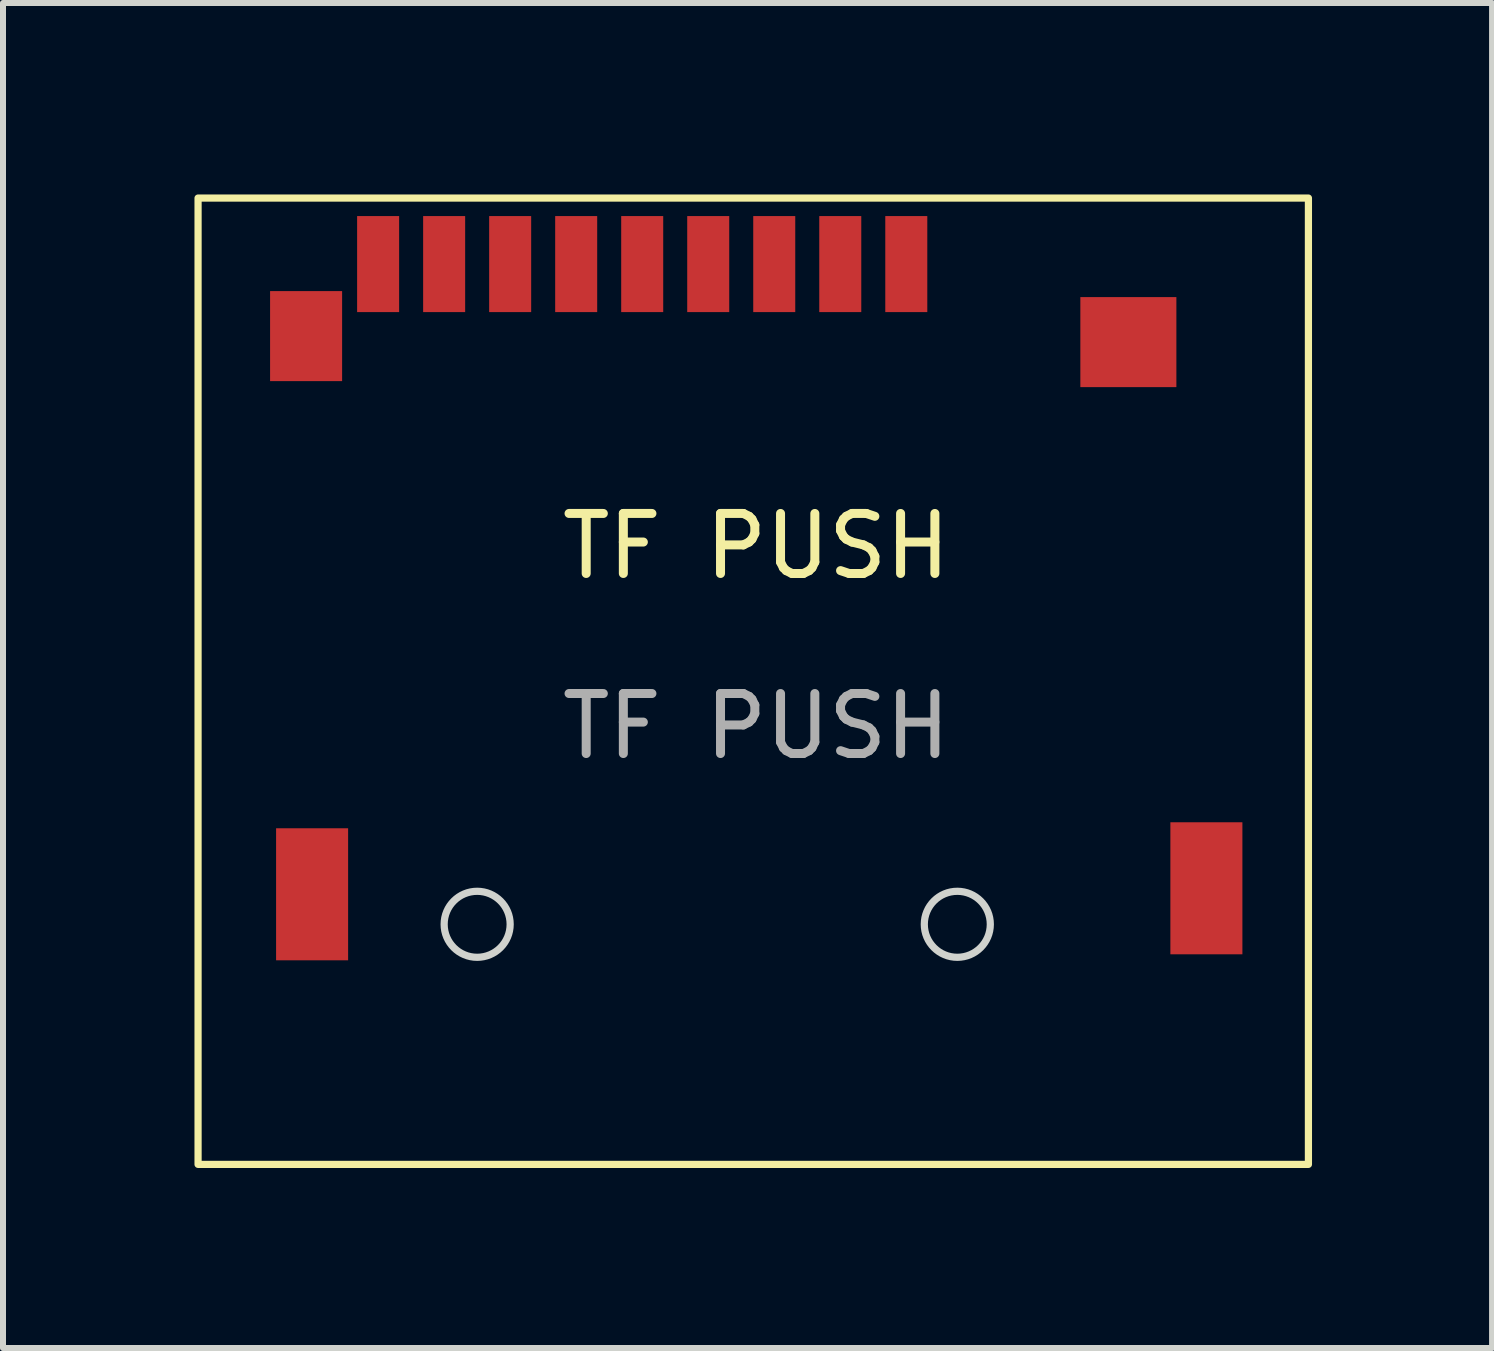
<source format=kicad_pcb>
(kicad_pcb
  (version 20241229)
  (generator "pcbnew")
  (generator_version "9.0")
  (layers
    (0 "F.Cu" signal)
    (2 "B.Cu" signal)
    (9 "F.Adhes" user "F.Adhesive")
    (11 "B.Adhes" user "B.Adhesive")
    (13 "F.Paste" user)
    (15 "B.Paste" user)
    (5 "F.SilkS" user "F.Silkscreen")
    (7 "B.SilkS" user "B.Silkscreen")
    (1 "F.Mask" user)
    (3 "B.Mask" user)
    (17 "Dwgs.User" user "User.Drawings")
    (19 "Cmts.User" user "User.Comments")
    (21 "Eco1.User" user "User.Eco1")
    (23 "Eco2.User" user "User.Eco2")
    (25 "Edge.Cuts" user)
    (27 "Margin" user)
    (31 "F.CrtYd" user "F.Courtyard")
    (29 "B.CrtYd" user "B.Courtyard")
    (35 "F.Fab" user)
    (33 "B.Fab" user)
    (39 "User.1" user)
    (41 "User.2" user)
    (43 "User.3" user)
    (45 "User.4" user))
  (footprint "TF PUSH"
    (layer "F.Cu")
    (at 0.25 0.25)
    (property "Reference" "TF PUSH" (at 9.3 5.8 0) (unlocked yes) (layer "F.SilkS") (effects (font (size 1 1) (thickness 0.15))))
    (attr smd)
    (fp_rect (start 0 0) (end 18.5 16.1) (stroke (width 0.12) (type default)) (fill no) (layer "F.SilkS"))
    (fp_circle (center 4.65 12.1) (end 5.2 12.1) (stroke (width 0.12) (type default)) (fill no) (layer "Edge.Cuts"))
    (fp_circle (center 12.65 12.1) (end 13.2 12.1) (stroke (width 0.12) (type default)) (fill no) (layer "Edge.Cuts"))
    (fp_text user "${REFERENCE}" (at 9.3 8.8 0) (unlocked yes) (layer "F.Fab") (effects (font (size 1 1) (thickness 0.15))))
    (pad "1" smd rect (at 11.8 1.1 270) (size 1.6 0.7) (layers "F.Cu" "F.Mask" "F.Paste"))
    (pad "2" smd rect (at 10.7 1.1 270) (size 1.6 0.7) (layers "F.Cu" "F.Mask" "F.Paste"))
    (pad "3" smd rect (at 9.6 1.1 270) (size 1.6 0.7) (layers "F.Cu" "F.Mask" "F.Paste"))
    (pad "4" smd rect (at 8.5 1.1 270) (size 1.6 0.7) (layers "F.Cu" "F.Mask" "F.Paste"))
    (pad "5" smd rect (at 7.4 1.1 270) (size 1.6 0.7) (layers "F.Cu" "F.Mask" "F.Paste"))
    (pad "6" smd rect (at 6.3 1.1 270) (size 1.6 0.7) (layers "F.Cu" "F.Mask" "F.Paste"))
    (pad "7" smd rect (at 5.2 1.1 270) (size 1.6 0.7) (layers "F.Cu" "F.Mask" "F.Paste"))
    (pad "8" smd rect (at 4.1 1.1 270) (size 1.6 0.7) (layers "F.Cu" "F.Mask" "F.Paste"))
    (pad "11" smd rect (at 1.8 2.3 270) (size 1.5 1.2) (layers "F.Cu" "F.Mask" "F.Paste"))
    (pad "11" smd rect (at 1.9 11.6 270) (size 2.2 1.2) (layers "F.Cu" "F.Mask" "F.Paste"))
    (pad "11" smd rect (at 15.5 2.4 270) (size 1.5 1.6) (layers "F.Cu" "F.Mask" "F.Paste"))
    (pad "11" smd rect (at 16.8 11.5 270) (size 2.2 1.2) (layers "F.Cu" "F.Mask" "F.Paste"))
    (pad "Cd" smd rect (at 3 1.1 270) (size 1.6 0.7) (layers "F.Cu" "F.Mask" "F.Paste")))
  (gr_rect
    (start -3 -3)
    (end 21.81 19.41)
    (stroke (width 0.1) (type default))
    (fill no)
    (layer "Edge.Cuts")))
</source>
